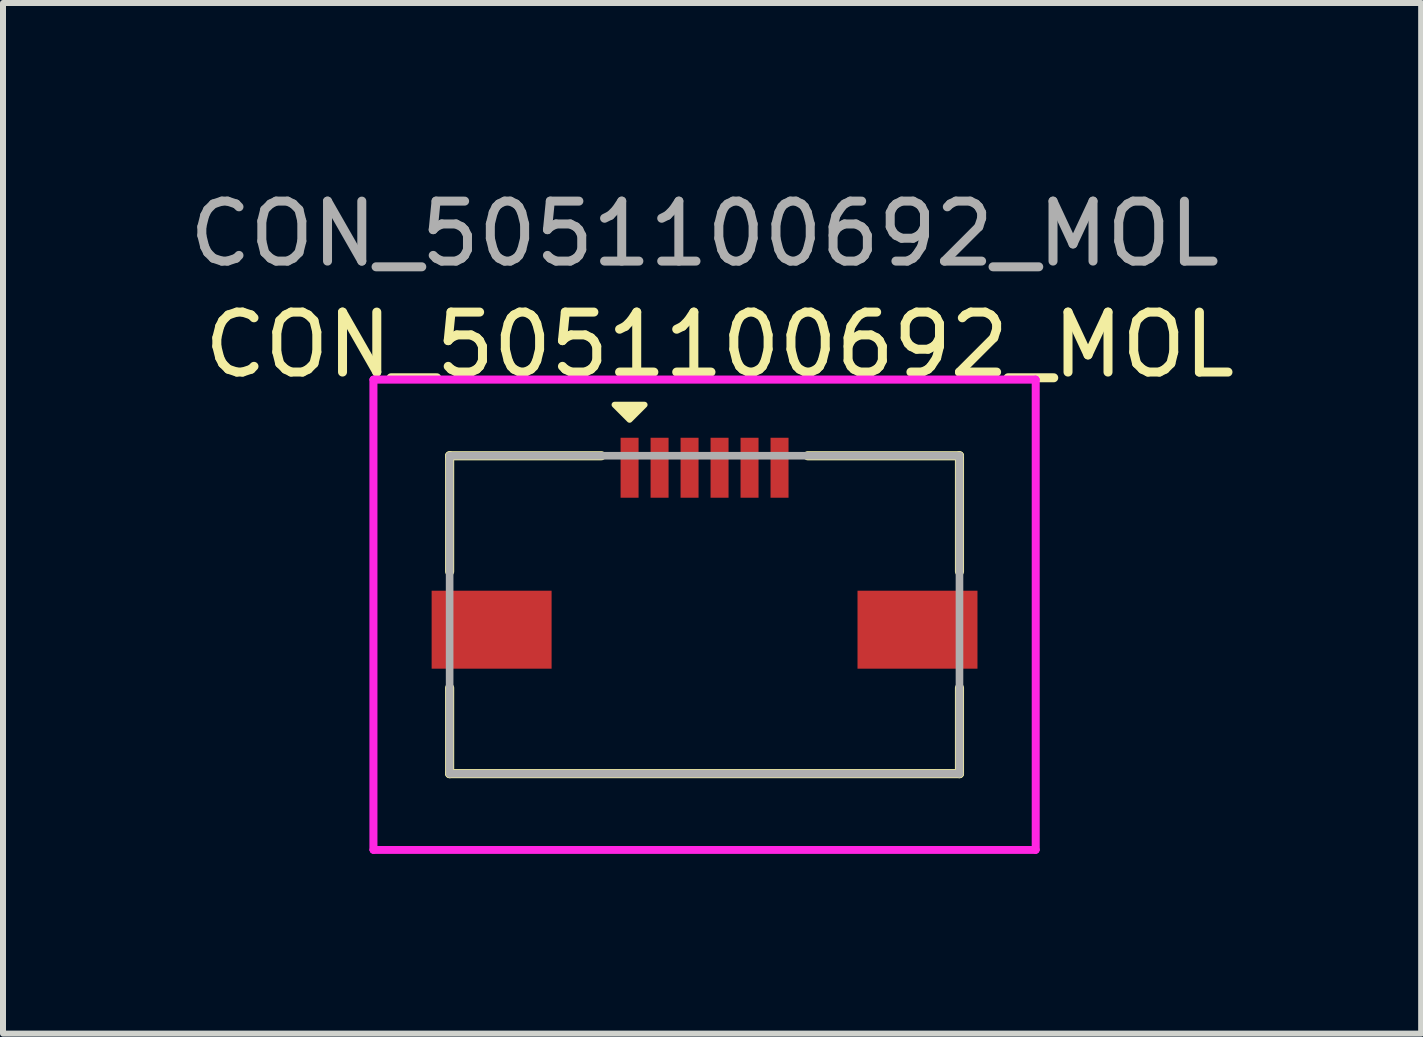
<source format=kicad_pcb>
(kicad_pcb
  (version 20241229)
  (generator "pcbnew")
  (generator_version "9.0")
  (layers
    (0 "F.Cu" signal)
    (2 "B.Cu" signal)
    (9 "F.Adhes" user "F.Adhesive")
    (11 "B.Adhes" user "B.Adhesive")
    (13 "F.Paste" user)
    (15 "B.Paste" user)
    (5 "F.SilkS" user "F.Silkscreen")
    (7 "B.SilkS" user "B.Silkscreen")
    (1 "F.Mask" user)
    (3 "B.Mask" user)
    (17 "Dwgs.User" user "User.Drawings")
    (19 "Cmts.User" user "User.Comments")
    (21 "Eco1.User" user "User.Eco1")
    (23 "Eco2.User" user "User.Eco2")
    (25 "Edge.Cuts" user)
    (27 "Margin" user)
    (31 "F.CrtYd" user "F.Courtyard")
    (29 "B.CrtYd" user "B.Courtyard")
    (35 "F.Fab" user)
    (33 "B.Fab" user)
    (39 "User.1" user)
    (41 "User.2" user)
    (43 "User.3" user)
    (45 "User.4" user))
  (footprint "CON_5051100692_MOL"
    (layer "F.Cu")
    (at 8.696 7.198)
    (property "Reference" "CON_5051100692_MOL" (at 0.25 -4.5 0) (unlocked yes) (layer "F.SilkS") (effects (font (size 1 1) (thickness 0.15))))
    (attr smd)
    (fp_line (start -4.25 -2.65) (end -4.25 -0.72) (stroke (width 0.152) (type solid)) (layer "F.SilkS"))
    (fp_line (start -4.25 1.22) (end -4.25 2.65) (stroke (width 0.152) (type solid)) (layer "F.SilkS"))
    (fp_line (start -4.25 2.65) (end 4.25 2.65) (stroke (width 0.152) (type solid)) (layer "F.SilkS"))
    (fp_line (start -1.72 -2.65) (end -4.25 -2.65) (stroke (width 0.152) (type solid)) (layer "F.SilkS"))
    (fp_line (start 4.25 -2.65) (end 1.72 -2.65) (stroke (width 0.152) (type solid)) (layer "F.SilkS"))
    (fp_line (start 4.25 -0.72) (end 4.25 -2.65) (stroke (width 0.152) (type solid)) (layer "F.SilkS"))
    (fp_line (start 4.25 2.65) (end 4.25 1.22) (stroke (width 0.152) (type solid)) (layer "F.SilkS"))
    (fp_poly (pts (xy -1 -3.5) (xy -1.25 -3.25) (xy -1.5 -3.5) (xy -1.25 -3.5)) (stroke (width 0.1) (type solid)) (fill yes) (layer "F.SilkS"))
    (fp_line (start -5.52 -3.92) (end -5.52 3.92) (stroke (width 0.127) (type solid)) (layer "F.CrtYd"))
    (fp_line (start -5.52 -3.92) (end -5.52 3.92) (stroke (width 0.127) (type solid)) (layer "F.CrtYd"))
    (fp_line (start -5.52 3.92) (end 5.52 3.92) (stroke (width 0.127) (type solid)) (layer "F.CrtYd"))
    (fp_line (start -5.52 3.92) (end 5.52 3.92) (stroke (width 0.127) (type solid)) (layer "F.CrtYd"))
    (fp_line (start 5.52 -3.92) (end -5.52 -3.92) (stroke (width 0.127) (type solid)) (layer "F.CrtYd"))
    (fp_line (start 5.52 -3.92) (end -5.52 -3.92) (stroke (width 0.127) (type solid)) (layer "F.CrtYd"))
    (fp_line (start 5.52 3.92) (end 5.52 -3.92) (stroke (width 0.127) (type solid)) (layer "F.CrtYd"))
    (fp_line (start 5.52 3.92) (end 5.52 -3.92) (stroke (width 0.127) (type solid)) (layer "F.CrtYd"))
    (fp_line (start -4.25 -2.65) (end -4.25 2.65) (stroke (width 0.127) (type solid)) (layer "F.Fab"))
    (fp_line (start -4.25 2.65) (end 4.25 2.65) (stroke (width 0.127) (type solid)) (layer "F.Fab"))
    (fp_line (start 4.25 -2.65) (end -4.25 -2.65) (stroke (width 0.127) (type solid)) (layer "F.Fab"))
    (fp_line (start 4.25 2.65) (end 4.25 -2.65) (stroke (width 0.127) (type solid)) (layer "F.Fab"))
    (fp_text user "${REFERENCE}" (at 0 -6.35 0) (unlocked yes) (layer "F.Fab") (effects (font (size 1 1) (thickness 0.15))))
    (pad "1" smd rect (at -1.25 -2.45) (size 0.3 1) (layers "F.Cu" "F.Mask" "F.Paste"))
    (pad "2" smd rect (at -0.75 -2.45) (size 0.3 1) (layers "F.Cu" "F.Mask" "F.Paste"))
    (pad "3" smd rect (at -0.25 -2.45) (size 0.3 1) (layers "F.Cu" "F.Mask" "F.Paste"))
    (pad "4" smd rect (at 0.25 -2.45) (size 0.3 1) (layers "F.Cu" "F.Mask" "F.Paste"))
    (pad "5" smd rect (at 0.75 -2.45) (size 0.3 1) (layers "F.Cu" "F.Mask" "F.Paste"))
    (pad "6" smd rect (at 1.25 -2.45) (size 0.3 1) (layers "F.Cu" "F.Mask" "F.Paste"))
    (pad "P1" smd rect (at -3.55 0.25) (size 2 1.3) (layers "F.Cu" "F.Mask" "F.Paste"))
    (pad "P2" smd rect (at 3.55 0.25) (size 2 1.3) (layers "F.Cu" "F.Mask" "F.Paste")))
  (gr_rect
    (start -3 -3)
    (end 20.643 14.182)
    (stroke (width 0.1) (type default))
    (fill no)
    (layer "Edge.Cuts")))
</source>
